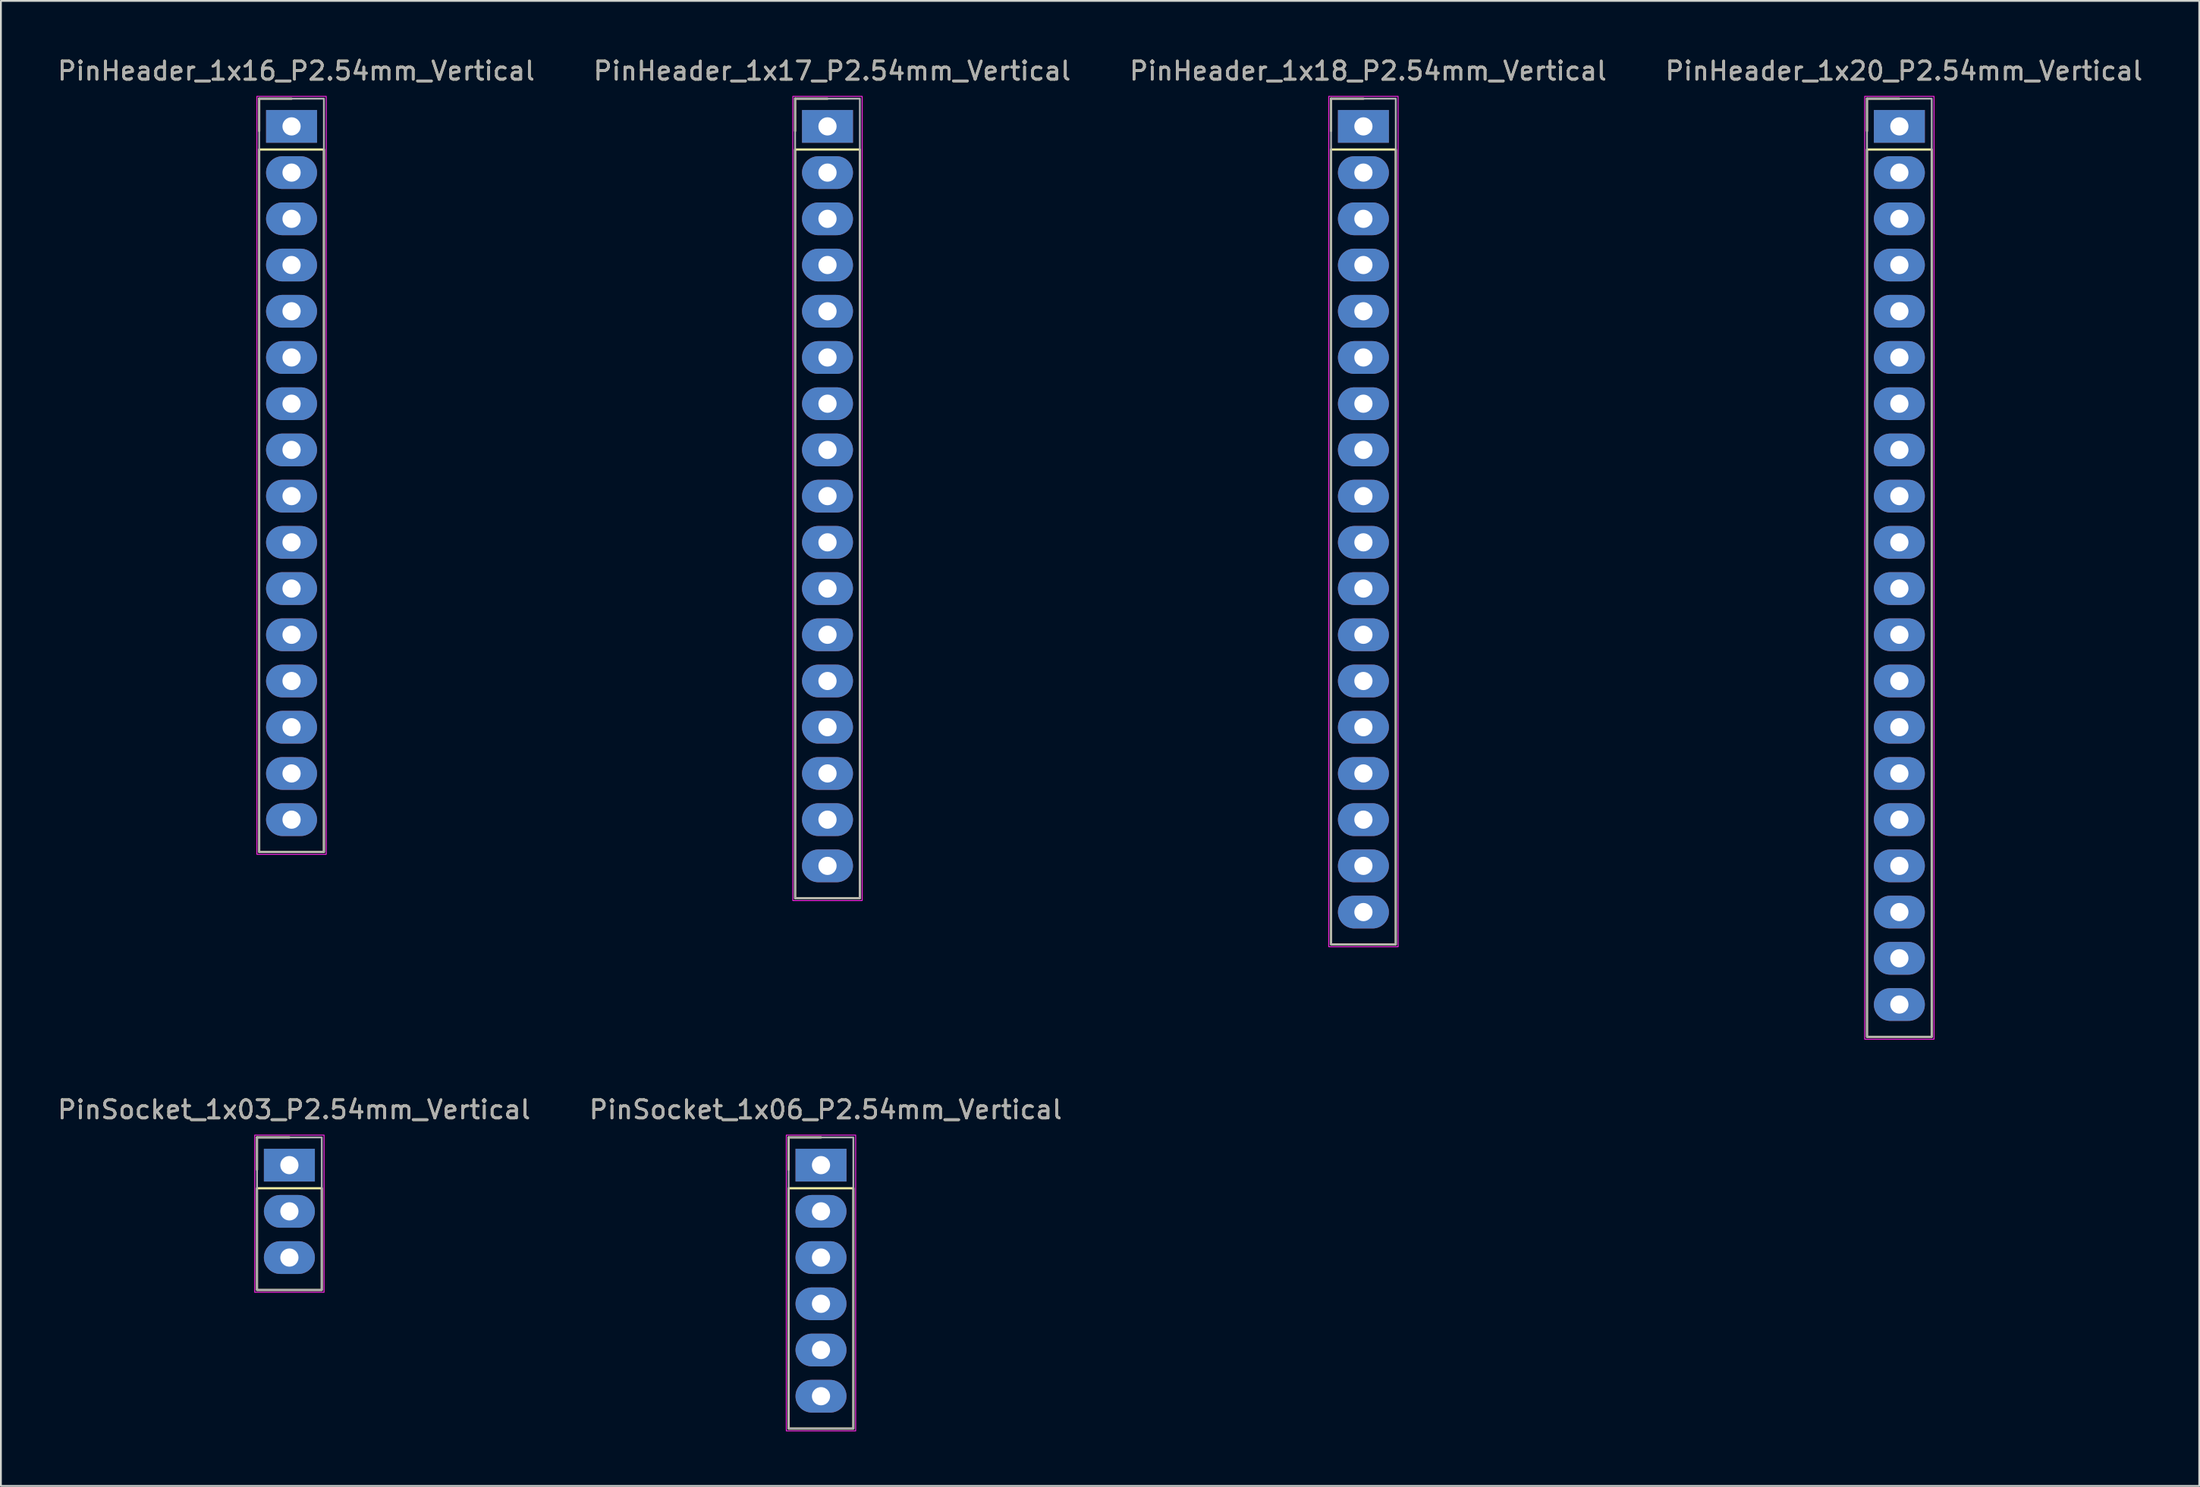
<source format=kicad_pcb>
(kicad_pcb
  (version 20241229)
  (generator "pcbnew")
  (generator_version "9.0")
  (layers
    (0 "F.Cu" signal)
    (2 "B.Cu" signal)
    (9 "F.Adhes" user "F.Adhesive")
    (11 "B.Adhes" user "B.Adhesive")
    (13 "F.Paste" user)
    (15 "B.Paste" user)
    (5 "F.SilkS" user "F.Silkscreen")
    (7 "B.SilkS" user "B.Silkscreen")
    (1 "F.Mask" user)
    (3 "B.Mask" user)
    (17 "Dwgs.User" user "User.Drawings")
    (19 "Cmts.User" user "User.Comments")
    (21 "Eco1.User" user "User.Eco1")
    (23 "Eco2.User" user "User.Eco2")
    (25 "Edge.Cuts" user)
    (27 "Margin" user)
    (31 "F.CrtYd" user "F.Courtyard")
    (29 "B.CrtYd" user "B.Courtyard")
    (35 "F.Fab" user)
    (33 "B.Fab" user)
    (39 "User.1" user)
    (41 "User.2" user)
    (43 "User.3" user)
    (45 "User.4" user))
  (footprint "PinSocket_1x06_P2.54mm_Vertical"
    (layer "F.Cu")
    (at 42.05 60.983)
    (property "Reference" "PinSocket_1x06_P2.54mm_Vertical" (at 0.254 -3.048 0) (unlocked yes) (layer "F.SilkS") (effects (font (size 1 1) (thickness 0.15))))
    (attr through_hole)
    (fp_line (start -1.778 -1.524) (end 0 -1.524) (stroke (width 0.12) (type solid)) (layer "F.SilkS"))
    (fp_line (start -1.778 0.254) (end -1.778 -1.524) (stroke (width 0.12) (type solid)) (layer "F.SilkS"))
    (fp_rect (start -1.778 1.27) (end 1.778 14.478) (stroke (width 0.12) (type solid)) (fill no) (layer "F.SilkS"))
    (fp_rect (start -1.905 -1.651) (end 1.905 14.605) (stroke (width 0.05) (type solid)) (fill no) (layer "F.CrtYd"))
    (fp_rect (start -1.778 -1.524) (end 1.778 14.478) (stroke (width 0.1) (type solid)) (fill no) (layer "F.Fab"))
    (fp_text user "${REFERENCE}" (at 0.254 -3.048 0) (unlocked yes) (layer "F.Fab") (effects (font (size 1 1) (thickness 0.15))))
    (pad "1" thru_hole rect (at 0 0) (size 2.8 1.8) (drill 1) (layers "*.Cu" "*.Mask"))
    (pad "2" thru_hole oval (at 0 2.54) (size 2.8 1.8) (drill 1) (layers "*.Cu" "*.Mask"))
    (pad "3" thru_hole oval (at 0 5.08) (size 2.8 1.8) (drill 1) (layers "*.Cu" "*.Mask"))
    (pad "4" thru_hole oval (at 0 7.62) (size 2.8 1.8) (drill 1) (layers "*.Cu" "*.Mask"))
    (pad "5" thru_hole oval (at 0 10.16) (size 2.8 1.8) (drill 1) (layers "*.Cu" "*.Mask"))
    (pad "6" thru_hole oval (at 0 12.7) (size 2.8 1.8) (drill 1) (layers "*.Cu" "*.Mask")))
  (footprint "PinHeader_1x16_P2.54mm_Vertical"
    (layer "F.Cu")
    (at 12.966 3.896)
    (property "Reference" "PinHeader_1x16_P2.54mm_Vertical" (at 0.254 -3.048 0) (unlocked yes) (layer "F.SilkS") (effects (font (size 1 1) (thickness 0.15))))
    (attr through_hole)
    (fp_line (start -1.778 -1.524) (end 0 -1.524) (stroke (width 0.12) (type solid)) (layer "F.SilkS"))
    (fp_line (start -1.778 0.254) (end -1.778 -1.524) (stroke (width 0.12) (type solid)) (layer "F.SilkS"))
    (fp_rect (start -1.778 1.27) (end 1.778 39.878) (stroke (width 0.12) (type solid)) (fill no) (layer "F.SilkS"))
    (fp_rect (start -1.905 -1.651) (end 1.905 40.005) (stroke (width 0.05) (type solid)) (fill no) (layer "F.CrtYd"))
    (fp_rect (start -1.778 -1.524) (end 1.778 39.878) (stroke (width 0.1) (type solid)) (fill no) (layer "F.Fab"))
    (fp_text user "${REFERENCE}" (at 0.254 -3.048 0) (unlocked yes) (layer "F.Fab") (effects (font (size 1 1) (thickness 0.15))))
    (pad "1" thru_hole rect (at 0 0) (size 2.8 1.8) (drill 1) (layers "*.Cu" "*.Mask"))
    (pad "2" thru_hole oval (at 0 2.54) (size 2.8 1.8) (drill 1) (layers "*.Cu" "*.Mask"))
    (pad "3" thru_hole oval (at 0 5.08) (size 2.8 1.8) (drill 1) (layers "*.Cu" "*.Mask"))
    (pad "4" thru_hole oval (at 0 7.62) (size 2.8 1.8) (drill 1) (layers "*.Cu" "*.Mask"))
    (pad "5" thru_hole oval (at 0 10.16) (size 2.8 1.8) (drill 1) (layers "*.Cu" "*.Mask"))
    (pad "6" thru_hole oval (at 0 12.7) (size 2.8 1.8) (drill 1) (layers "*.Cu" "*.Mask"))
    (pad "7" thru_hole oval (at 0 15.24) (size 2.8 1.8) (drill 1) (layers "*.Cu" "*.Mask"))
    (pad "8" thru_hole oval (at 0 17.78) (size 2.8 1.8) (drill 1) (layers "*.Cu" "*.Mask"))
    (pad "9" thru_hole oval (at 0 20.32) (size 2.8 1.8) (drill 1) (layers "*.Cu" "*.Mask"))
    (pad "10" thru_hole oval (at 0 22.86) (size 2.8 1.8) (drill 1) (layers "*.Cu" "*.Mask"))
    (pad "11" thru_hole oval (at 0 25.4) (size 2.8 1.8) (drill 1) (layers "*.Cu" "*.Mask"))
    (pad "12" thru_hole oval (at 0 27.94) (size 2.8 1.8) (drill 1) (layers "*.Cu" "*.Mask"))
    (pad "13" thru_hole oval (at 0 30.48) (size 2.8 1.8) (drill 1) (layers "*.Cu" "*.Mask"))
    (pad "14" thru_hole oval (at 0 33.02) (size 2.8 1.8) (drill 1) (layers "*.Cu" "*.Mask"))
    (pad "15" thru_hole oval (at 0 35.56) (size 2.8 1.8) (drill 1) (layers "*.Cu" "*.Mask"))
    (pad "16" thru_hole oval (at 0 38.1) (size 2.8 1.8) (drill 1) (layers "*.Cu" "*.Mask")))
  (footprint "PinHeader_1x17_P2.54mm_Vertical"
    (layer "F.Cu")
    (at 42.407 3.896)
    (property "Reference" "PinHeader_1x17_P2.54mm_Vertical" (at 0.254 -3.048 0) (unlocked yes) (layer "F.SilkS") (effects (font (size 1 1) (thickness 0.15))))
    (attr through_hole)
    (fp_line (start -1.778 -1.524) (end 0 -1.524) (stroke (width 0.12) (type solid)) (layer "F.SilkS"))
    (fp_line (start -1.778 0.254) (end -1.778 -1.524) (stroke (width 0.12) (type solid)) (layer "F.SilkS"))
    (fp_rect (start -1.778 1.27) (end 1.778 42.418) (stroke (width 0.12) (type solid)) (fill no) (layer "F.SilkS"))
    (fp_rect (start -1.905 -1.651) (end 1.905 42.545) (stroke (width 0.05) (type solid)) (fill no) (layer "F.CrtYd"))
    (fp_rect (start -1.778 -1.524) (end 1.778 42.418) (stroke (width 0.1) (type solid)) (fill no) (layer "F.Fab"))
    (fp_text user "${REFERENCE}" (at 0.254 -3.048 0) (unlocked yes) (layer "F.Fab") (effects (font (size 1 1) (thickness 0.15))))
    (pad "1" thru_hole rect (at 0 0) (size 2.8 1.8) (drill 1) (layers "*.Cu" "*.Mask"))
    (pad "2" thru_hole oval (at 0 2.54) (size 2.8 1.8) (drill 1) (layers "*.Cu" "*.Mask"))
    (pad "3" thru_hole oval (at 0 5.08) (size 2.8 1.8) (drill 1) (layers "*.Cu" "*.Mask"))
    (pad "4" thru_hole oval (at 0 7.62) (size 2.8 1.8) (drill 1) (layers "*.Cu" "*.Mask"))
    (pad "5" thru_hole oval (at 0 10.16) (size 2.8 1.8) (drill 1) (layers "*.Cu" "*.Mask"))
    (pad "6" thru_hole oval (at 0 12.7) (size 2.8 1.8) (drill 1) (layers "*.Cu" "*.Mask"))
    (pad "7" thru_hole oval (at 0 15.24) (size 2.8 1.8) (drill 1) (layers "*.Cu" "*.Mask"))
    (pad "8" thru_hole oval (at 0 17.78) (size 2.8 1.8) (drill 1) (layers "*.Cu" "*.Mask"))
    (pad "9" thru_hole oval (at 0 20.32) (size 2.8 1.8) (drill 1) (layers "*.Cu" "*.Mask"))
    (pad "10" thru_hole oval (at 0 22.86) (size 2.8 1.8) (drill 1) (layers "*.Cu" "*.Mask"))
    (pad "11" thru_hole oval (at 0 25.4) (size 2.8 1.8) (drill 1) (layers "*.Cu" "*.Mask"))
    (pad "12" thru_hole oval (at 0 27.94) (size 2.8 1.8) (drill 1) (layers "*.Cu" "*.Mask"))
    (pad "13" thru_hole oval (at 0 30.48) (size 2.8 1.8) (drill 1) (layers "*.Cu" "*.Mask"))
    (pad "14" thru_hole oval (at 0 33.02) (size 2.8 1.8) (drill 1) (layers "*.Cu" "*.Mask"))
    (pad "15" thru_hole oval (at 0 35.56) (size 2.8 1.8) (drill 1) (layers "*.Cu" "*.Mask"))
    (pad "16" thru_hole oval (at 0 38.1) (size 2.8 1.8) (drill 1) (layers "*.Cu" "*.Mask"))
    (pad "17" thru_hole oval (at 0 40.64) (size 2.8 1.8) (drill 1) (layers "*.Cu" "*.Mask")))
  (footprint "PinHeader_1x20_P2.54mm_Vertical"
    (layer "F.Cu")
    (at 101.288 3.896)
    (property "Reference" "PinHeader_1x20_P2.54mm_Vertical" (at 0.254 -3.048 0) (unlocked yes) (layer "F.SilkS") (effects (font (size 1 1) (thickness 0.15))))
    (attr through_hole)
    (fp_line (start -1.778 -1.524) (end 0 -1.524) (stroke (width 0.12) (type solid)) (layer "F.SilkS"))
    (fp_line (start -1.778 0.254) (end -1.778 -1.524) (stroke (width 0.12) (type solid)) (layer "F.SilkS"))
    (fp_rect (start -1.778 1.27) (end 1.778 50.038) (stroke (width 0.12) (type solid)) (fill no) (layer "F.SilkS"))
    (fp_rect (start -1.905 -1.651) (end 1.905 50.165) (stroke (width 0.05) (type solid)) (fill no) (layer "F.CrtYd"))
    (fp_rect (start -1.778 -1.524) (end 1.778 50.038) (stroke (width 0.1) (type solid)) (fill no) (layer "F.Fab"))
    (fp_text user "${REFERENCE}" (at 0.254 -3.048 0) (unlocked yes) (layer "F.Fab") (effects (font (size 1 1) (thickness 0.15))))
    (pad "1" thru_hole rect (at 0 0) (size 2.8 1.8) (drill 1) (layers "*.Cu" "*.Mask"))
    (pad "2" thru_hole oval (at 0 2.54) (size 2.8 1.8) (drill 1) (layers "*.Cu" "*.Mask"))
    (pad "3" thru_hole oval (at 0 5.08) (size 2.8 1.8) (drill 1) (layers "*.Cu" "*.Mask"))
    (pad "4" thru_hole oval (at 0 7.62) (size 2.8 1.8) (drill 1) (layers "*.Cu" "*.Mask"))
    (pad "5" thru_hole oval (at 0 10.16) (size 2.8 1.8) (drill 1) (layers "*.Cu" "*.Mask"))
    (pad "6" thru_hole oval (at 0 12.7) (size 2.8 1.8) (drill 1) (layers "*.Cu" "*.Mask"))
    (pad "7" thru_hole oval (at 0 15.24) (size 2.8 1.8) (drill 1) (layers "*.Cu" "*.Mask"))
    (pad "8" thru_hole oval (at 0 17.78) (size 2.8 1.8) (drill 1) (layers "*.Cu" "*.Mask"))
    (pad "9" thru_hole oval (at 0 20.32) (size 2.8 1.8) (drill 1) (layers "*.Cu" "*.Mask"))
    (pad "10" thru_hole oval (at 0 22.86) (size 2.8 1.8) (drill 1) (layers "*.Cu" "*.Mask"))
    (pad "11" thru_hole oval (at 0 25.4) (size 2.8 1.8) (drill 1) (layers "*.Cu" "*.Mask"))
    (pad "12" thru_hole oval (at 0 27.94) (size 2.8 1.8) (drill 1) (layers "*.Cu" "*.Mask"))
    (pad "13" thru_hole oval (at 0 30.48) (size 2.8 1.8) (drill 1) (layers "*.Cu" "*.Mask"))
    (pad "14" thru_hole oval (at 0 33.02) (size 2.8 1.8) (drill 1) (layers "*.Cu" "*.Mask"))
    (pad "15" thru_hole oval (at 0 35.56) (size 2.8 1.8) (drill 1) (layers "*.Cu" "*.Mask"))
    (pad "16" thru_hole oval (at 0 38.1) (size 2.8 1.8) (drill 1) (layers "*.Cu" "*.Mask"))
    (pad "17" thru_hole oval (at 0 40.64) (size 2.8 1.8) (drill 1) (layers "*.Cu" "*.Mask"))
    (pad "18" thru_hole oval (at 0 43.18) (size 2.8 1.8) (drill 1) (layers "*.Cu" "*.Mask"))
    (pad "19" thru_hole oval (at 0 45.72) (size 2.8 1.8) (drill 1) (layers "*.Cu" "*.Mask"))
    (pad "20" thru_hole oval (at 0 48.26) (size 2.8 1.8) (drill 1) (layers "*.Cu" "*.Mask")))
  (footprint "PinSocket_1x03_P2.54mm_Vertical"
    (layer "F.Cu")
    (at 12.847 60.983)
    (property "Reference" "PinSocket_1x03_P2.54mm_Vertical" (at 0.254 -3.048 0) (unlocked yes) (layer "F.SilkS") (effects (font (size 1 1) (thickness 0.15))))
    (attr through_hole)
    (fp_line (start -1.778 -1.524) (end 0 -1.524) (stroke (width 0.12) (type solid)) (layer "F.SilkS"))
    (fp_line (start -1.778 0.254) (end -1.778 -1.524) (stroke (width 0.12) (type solid)) (layer "F.SilkS"))
    (fp_rect (start -1.778 1.27) (end 1.778 6.858) (stroke (width 0.12) (type solid)) (fill no) (layer "F.SilkS"))
    (fp_rect (start -1.905 -1.651) (end 1.905 6.985) (stroke (width 0.05) (type solid)) (fill no) (layer "F.CrtYd"))
    (fp_rect (start -1.778 -1.524) (end 1.778 6.858) (stroke (width 0.1) (type solid)) (fill no) (layer "F.Fab"))
    (fp_text user "${REFERENCE}" (at 0.254 -3.048 0) (unlocked yes) (layer "F.Fab") (effects (font (size 1 1) (thickness 0.15))))
    (pad "1" thru_hole rect (at 0 0) (size 2.8 1.8) (drill 1) (layers "*.Cu" "*.Mask"))
    (pad "2" thru_hole oval (at 0 2.54) (size 2.8 1.8) (drill 1) (layers "*.Cu" "*.Mask"))
    (pad "3" thru_hole oval (at 0 5.08) (size 2.8 1.8) (drill 1) (layers "*.Cu" "*.Mask")))
  (footprint "PinHeader_1x18_P2.54mm_Vertical"
    (layer "F.Cu")
    (at 71.847 3.896)
    (property "Reference" "PinHeader_1x18_P2.54mm_Vertical" (at 0.254 -3.048 0) (unlocked yes) (layer "F.SilkS") (effects (font (size 1 1) (thickness 0.15))))
    (attr through_hole)
    (fp_line (start -1.778 -1.524) (end 0 -1.524) (stroke (width 0.12) (type solid)) (layer "F.SilkS"))
    (fp_line (start -1.778 0.254) (end -1.778 -1.524) (stroke (width 0.12) (type solid)) (layer "F.SilkS"))
    (fp_rect (start -1.778 1.27) (end 1.778 44.958) (stroke (width 0.12) (type solid)) (fill no) (layer "F.SilkS"))
    (fp_rect (start -1.905 -1.651) (end 1.905 45.085) (stroke (width 0.05) (type solid)) (fill no) (layer "F.CrtYd"))
    (fp_rect (start -1.778 -1.524) (end 1.778 44.958) (stroke (width 0.1) (type solid)) (fill no) (layer "F.Fab"))
    (fp_text user "${REFERENCE}" (at 0.254 -3.048 0) (unlocked yes) (layer "F.Fab") (effects (font (size 1 1) (thickness 0.15))))
    (pad "1" thru_hole rect (at 0 0) (size 2.8 1.8) (drill 1) (layers "*.Cu" "*.Mask"))
    (pad "2" thru_hole oval (at 0 2.54) (size 2.8 1.8) (drill 1) (layers "*.Cu" "*.Mask"))
    (pad "3" thru_hole oval (at 0 5.08) (size 2.8 1.8) (drill 1) (layers "*.Cu" "*.Mask"))
    (pad "4" thru_hole oval (at 0 7.62) (size 2.8 1.8) (drill 1) (layers "*.Cu" "*.Mask"))
    (pad "5" thru_hole oval (at 0 10.16) (size 2.8 1.8) (drill 1) (layers "*.Cu" "*.Mask"))
    (pad "6" thru_hole oval (at 0 12.7) (size 2.8 1.8) (drill 1) (layers "*.Cu" "*.Mask"))
    (pad "7" thru_hole oval (at 0 15.24) (size 2.8 1.8) (drill 1) (layers "*.Cu" "*.Mask"))
    (pad "8" thru_hole oval (at 0 17.78) (size 2.8 1.8) (drill 1) (layers "*.Cu" "*.Mask"))
    (pad "9" thru_hole oval (at 0 20.32) (size 2.8 1.8) (drill 1) (layers "*.Cu" "*.Mask"))
    (pad "10" thru_hole oval (at 0 22.86) (size 2.8 1.8) (drill 1) (layers "*.Cu" "*.Mask"))
    (pad "11" thru_hole oval (at 0 25.4) (size 2.8 1.8) (drill 1) (layers "*.Cu" "*.Mask"))
    (pad "12" thru_hole oval (at 0 27.94) (size 2.8 1.8) (drill 1) (layers "*.Cu" "*.Mask"))
    (pad "13" thru_hole oval (at 0 30.48) (size 2.8 1.8) (drill 1) (layers "*.Cu" "*.Mask"))
    (pad "14" thru_hole oval (at 0 33.02) (size 2.8 1.8) (drill 1) (layers "*.Cu" "*.Mask"))
    (pad "15" thru_hole oval (at 0 35.56) (size 2.8 1.8) (drill 1) (layers "*.Cu" "*.Mask"))
    (pad "16" thru_hole oval (at 0 38.1) (size 2.8 1.8) (drill 1) (layers "*.Cu" "*.Mask"))
    (pad "17" thru_hole oval (at 0 40.64) (size 2.8 1.8) (drill 1) (layers "*.Cu" "*.Mask"))
    (pad "18" thru_hole oval (at 0 43.18) (size 2.8 1.8) (drill 1) (layers "*.Cu" "*.Mask")))
  (gr_rect
    (start -3 -3)
    (end 117.762 78.612)
    (stroke (width 0.1) (type default))
    (fill no)
    (layer "Edge.Cuts")))
</source>
